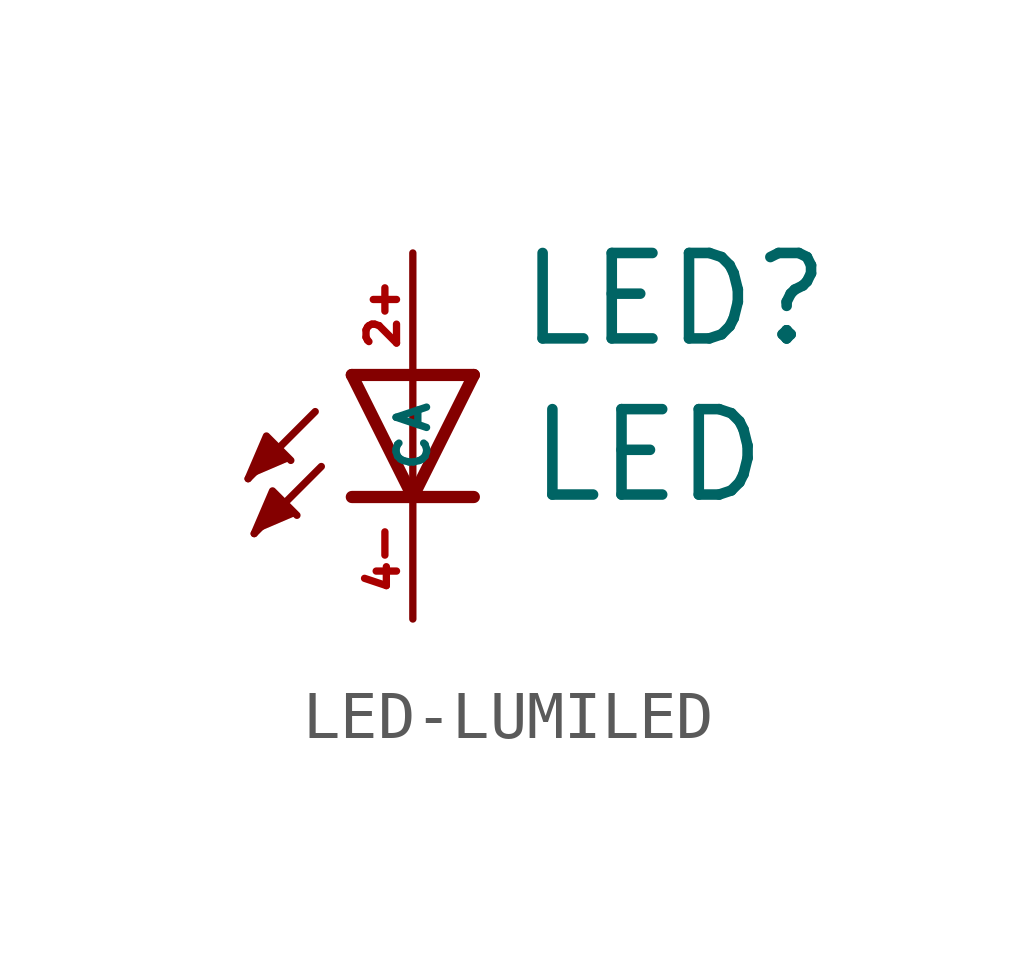
<source format=kicad_sym>
(kicad_symbol_lib
  (version 20220914)
  (generator kicad_symbol_editor)
  (symbol "LED-LUMILED"
    (property "Reference" "LED"
      (at 2.134 0.533 0)
      (effects (font (size 1.778 1.778) (thickness 0.22)) (justify left bottom)))
    (property "Value" "LED"
      (at 2.337 -2.718 0)
      (effects (font (size 1.778 1.778) (thickness 0.22)) (justify left bottom)))
    (symbol "LED-LUMILED_1_1"
      (polyline (pts (xy -2.032 -0.762) (xy -3.429 -2.159)) (stroke (width 0.152) (type default)) (fill (type none)))
      (polyline (pts (xy -1.905 -1.905) (xy -3.302 -3.302)) (stroke (width 0.152) (type default)) (fill (type none)))
      (polyline (pts (xy 0 -2.54) (xy -1.27 -2.54)) (stroke (width 0.254) (type default)) (fill (type none)))
      (polyline (pts (xy 0 -2.54) (xy -1.27 0)) (stroke (width 0.254) (type default)) (fill (type none)))
      (polyline (pts (xy 0 0) (xy -1.27 0)) (stroke (width 0.254) (type default)) (fill (type none)))
      (polyline (pts (xy 0 0) (xy 0 -2.54)) (stroke (width 0.152) (type default)) (fill (type none)))
      (polyline (pts (xy 1.27 -2.54) (xy 0 -2.54)) (stroke (width 0.254) (type default)) (fill (type none)))
      (polyline (pts (xy 1.27 0) (xy 0 -2.54)) (stroke (width 0.254) (type default)) (fill (type none)))
      (polyline (pts (xy 1.27 0) (xy 0 0)) (stroke (width 0.254) (type default)) (fill (type none)))
      (polyline (pts (xy -3.429 -2.159) (xy -3.048 -1.27) (xy -2.54 -1.778)) (stroke (width 0.152) (type default)) (fill (type outline)))
      (polyline (pts (xy -3.302 -3.302) (xy -2.921 -2.413) (xy -2.413 -2.921)) (stroke (width 0.152) (type default)) (fill (type outline)))
      (pin passive line (at 0 2.54 270) (length 2.54) (name "A" (effects (font (size 0.635 0.635)))) (number "2+" (effects (font (size 0.635 0.635)))))
      (pin passive line (at 0 -5.08 90) (length 2.54) (name "C" (effects (font (size 0.635 0.635)))) (number "4-" (effects (font (size 0.635 0.635))))))))
</source>
